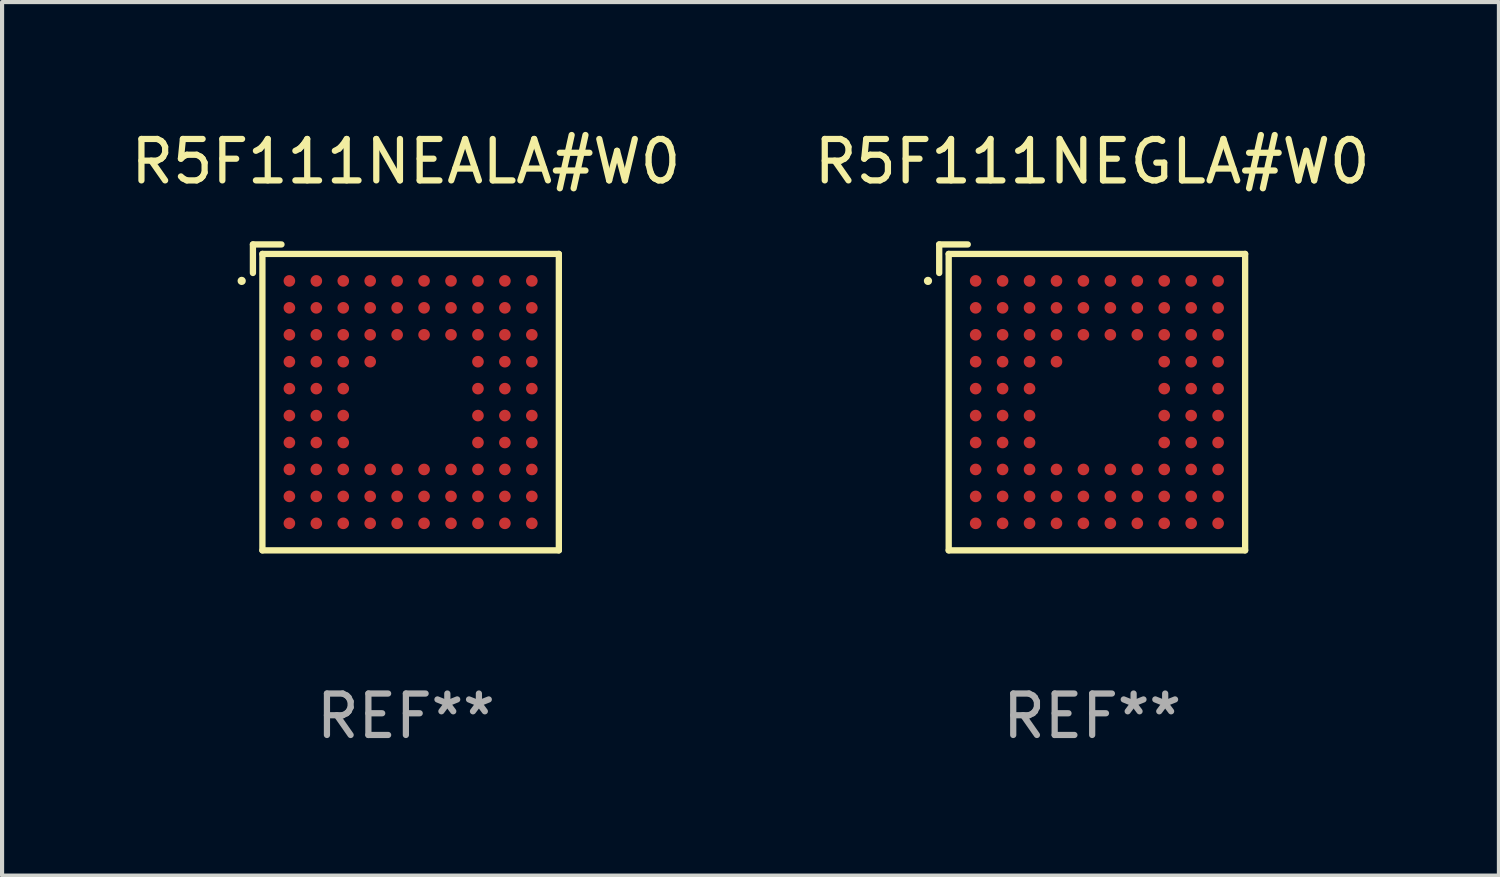
<source format=kicad_pcb>
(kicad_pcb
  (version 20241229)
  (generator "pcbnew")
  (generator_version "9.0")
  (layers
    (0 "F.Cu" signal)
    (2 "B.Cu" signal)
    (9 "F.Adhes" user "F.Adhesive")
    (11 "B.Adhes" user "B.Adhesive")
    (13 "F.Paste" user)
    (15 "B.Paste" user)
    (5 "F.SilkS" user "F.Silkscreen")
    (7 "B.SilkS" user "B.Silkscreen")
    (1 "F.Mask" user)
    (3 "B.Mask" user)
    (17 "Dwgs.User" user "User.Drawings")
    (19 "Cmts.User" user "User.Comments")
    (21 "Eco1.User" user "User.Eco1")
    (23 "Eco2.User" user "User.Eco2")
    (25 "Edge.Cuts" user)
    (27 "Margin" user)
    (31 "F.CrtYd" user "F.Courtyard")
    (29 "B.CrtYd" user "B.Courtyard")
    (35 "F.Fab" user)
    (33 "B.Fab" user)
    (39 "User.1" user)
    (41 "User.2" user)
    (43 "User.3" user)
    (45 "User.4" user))
  (footprint "R5F111NEGLA#W0"
    (layer "F.Cu")
    (at 23.304 6.539)
    (property "Reference" "R5F111NEGLA#W0" (at 0 -5.691 0) (layer "F.SilkS") (effects (font (size 1 1) (thickness 0.15))))
    (attr through_hole)
    (fp_line (start -3.691 -3.691) (end -3.002 -3.691) (stroke (width 0.152) (type solid)) (layer "F.SilkS"))
    (fp_line (start -3.691 -3.002) (end -3.691 -3.691) (stroke (width 0.152) (type solid)) (layer "F.SilkS"))
    (fp_line (start -3.462 -3.462) (end 3.691 -3.462) (stroke (width 0.152) (type solid)) (layer "F.SilkS"))
    (fp_line (start -3.462 3.691) (end -3.462 -3.462) (stroke (width 0.152) (type solid)) (layer "F.SilkS"))
    (fp_line (start 3.691 -3.462) (end 3.691 3.691) (stroke (width 0.152) (type solid)) (layer "F.SilkS"))
    (fp_line (start 3.691 3.691) (end -3.462 3.691) (stroke (width 0.152) (type solid)) (layer "F.SilkS"))
    (fp_circle (center -3.962 -2.811) (end -3.912 -2.811) (stroke (width 0.1) (type solid)) (fill no) (layer "F.SilkS"))
    (fp_text user "REF**" (at 0 7.691 0) (layer "F.Fab") (effects (font (size 1 1) (thickness 0.15))))
    (pad "A1" smd circle (at -2.811 -2.811) (size 0.28 0.28) (layers "F.Cu" "F.Mask" "F.Paste"))
    (pad "A2" smd circle (at -2.161 -2.811) (size 0.28 0.28) (layers "F.Cu" "F.Mask" "F.Paste"))
    (pad "A3" smd circle (at -1.511 -2.811) (size 0.28 0.28) (layers "F.Cu" "F.Mask" "F.Paste"))
    (pad "A4" smd circle (at -0.861 -2.811) (size 0.28 0.28) (layers "F.Cu" "F.Mask" "F.Paste"))
    (pad "A5" smd circle (at -0.211 -2.811) (size 0.28 0.28) (layers "F.Cu" "F.Mask" "F.Paste"))
    (pad "A6" smd circle (at 0.439 -2.811) (size 0.28 0.28) (layers "F.Cu" "F.Mask" "F.Paste"))
    (pad "A7" smd circle (at 1.089 -2.811) (size 0.28 0.28) (layers "F.Cu" "F.Mask" "F.Paste"))
    (pad "A8" smd circle (at 1.739 -2.811) (size 0.28 0.28) (layers "F.Cu" "F.Mask" "F.Paste"))
    (pad "A9" smd circle (at 2.389 -2.811) (size 0.28 0.28) (layers "F.Cu" "F.Mask" "F.Paste"))
    (pad "A10" smd circle (at 3.039 -2.811) (size 0.28 0.28) (layers "F.Cu" "F.Mask" "F.Paste"))
    (pad "B1" smd circle (at -2.811 -2.161) (size 0.28 0.28) (layers "F.Cu" "F.Mask" "F.Paste"))
    (pad "B2" smd circle (at -2.161 -2.161) (size 0.28 0.28) (layers "F.Cu" "F.Mask" "F.Paste"))
    (pad "B3" smd circle (at -1.511 -2.161) (size 0.28 0.28) (layers "F.Cu" "F.Mask" "F.Paste"))
    (pad "B4" smd circle (at -0.861 -2.161) (size 0.28 0.28) (layers "F.Cu" "F.Mask" "F.Paste"))
    (pad "B5" smd circle (at -0.211 -2.161) (size 0.28 0.28) (layers "F.Cu" "F.Mask" "F.Paste"))
    (pad "B6" smd circle (at 0.439 -2.161) (size 0.28 0.28) (layers "F.Cu" "F.Mask" "F.Paste"))
    (pad "B7" smd circle (at 1.089 -2.161) (size 0.28 0.28) (layers "F.Cu" "F.Mask" "F.Paste"))
    (pad "B8" smd circle (at 1.739 -2.161) (size 0.28 0.28) (layers "F.Cu" "F.Mask" "F.Paste"))
    (pad "B9" smd circle (at 2.389 -2.161) (size 0.28 0.28) (layers "F.Cu" "F.Mask" "F.Paste"))
    (pad "B10" smd circle (at 3.039 -2.161) (size 0.28 0.28) (layers "F.Cu" "F.Mask" "F.Paste"))
    (pad "C1" smd circle (at -2.811 -1.511) (size 0.28 0.28) (layers "F.Cu" "F.Mask" "F.Paste"))
    (pad "C2" smd circle (at -2.161 -1.511) (size 0.28 0.28) (layers "F.Cu" "F.Mask" "F.Paste"))
    (pad "C3" smd circle (at -1.511 -1.511) (size 0.28 0.28) (layers "F.Cu" "F.Mask" "F.Paste"))
    (pad "C4" smd circle (at -0.861 -1.511) (size 0.28 0.28) (layers "F.Cu" "F.Mask" "F.Paste"))
    (pad "C5" smd circle (at -0.211 -1.511) (size 0.28 0.28) (layers "F.Cu" "F.Mask" "F.Paste"))
    (pad "C6" smd circle (at 0.439 -1.511) (size 0.28 0.28) (layers "F.Cu" "F.Mask" "F.Paste"))
    (pad "C7" smd circle (at 1.089 -1.511) (size 0.28 0.28) (layers "F.Cu" "F.Mask" "F.Paste"))
    (pad "C8" smd circle (at 1.739 -1.511) (size 0.28 0.28) (layers "F.Cu" "F.Mask" "F.Paste"))
    (pad "C9" smd circle (at 2.389 -1.511) (size 0.28 0.28) (layers "F.Cu" "F.Mask" "F.Paste"))
    (pad "C10" smd circle (at 3.039 -1.511) (size 0.28 0.28) (layers "F.Cu" "F.Mask" "F.Paste"))
    (pad "D1" smd circle (at -2.811 -0.861) (size 0.28 0.28) (layers "F.Cu" "F.Mask" "F.Paste"))
    (pad "D2" smd circle (at -2.161 -0.861) (size 0.28 0.28) (layers "F.Cu" "F.Mask" "F.Paste"))
    (pad "D3" smd circle (at -1.511 -0.861) (size 0.28 0.28) (layers "F.Cu" "F.Mask" "F.Paste"))
    (pad "D4" smd circle (at -0.861 -0.861) (size 0.28 0.28) (layers "F.Cu" "F.Mask" "F.Paste"))
    (pad "D8" smd circle (at 1.739 -0.861) (size 0.28 0.28) (layers "F.Cu" "F.Mask" "F.Paste"))
    (pad "D9" smd circle (at 2.389 -0.861) (size 0.28 0.28) (layers "F.Cu" "F.Mask" "F.Paste"))
    (pad "D10" smd circle (at 3.039 -0.861) (size 0.28 0.28) (layers "F.Cu" "F.Mask" "F.Paste"))
    (pad "E1" smd circle (at -2.811 -0.211) (size 0.28 0.28) (layers "F.Cu" "F.Mask" "F.Paste"))
    (pad "E2" smd circle (at -2.161 -0.211) (size 0.28 0.28) (layers "F.Cu" "F.Mask" "F.Paste"))
    (pad "E3" smd circle (at -1.511 -0.211) (size 0.28 0.28) (layers "F.Cu" "F.Mask" "F.Paste"))
    (pad "E8" smd circle (at 1.739 -0.211) (size 0.28 0.28) (layers "F.Cu" "F.Mask" "F.Paste"))
    (pad "E9" smd circle (at 2.389 -0.211) (size 0.28 0.28) (layers "F.Cu" "F.Mask" "F.Paste"))
    (pad "E10" smd circle (at 3.039 -0.211) (size 0.28 0.28) (layers "F.Cu" "F.Mask" "F.Paste"))
    (pad "F1" smd circle (at -2.811 0.439) (size 0.28 0.28) (layers "F.Cu" "F.Mask" "F.Paste"))
    (pad "F2" smd circle (at -2.161 0.439) (size 0.28 0.28) (layers "F.Cu" "F.Mask" "F.Paste"))
    (pad "F3" smd circle (at -1.511 0.439) (size 0.28 0.28) (layers "F.Cu" "F.Mask" "F.Paste"))
    (pad "F8" smd circle (at 1.739 0.439) (size 0.28 0.28) (layers "F.Cu" "F.Mask" "F.Paste"))
    (pad "F9" smd circle (at 2.389 0.439) (size 0.28 0.28) (layers "F.Cu" "F.Mask" "F.Paste"))
    (pad "F10" smd circle (at 3.039 0.439) (size 0.28 0.28) (layers "F.Cu" "F.Mask" "F.Paste"))
    (pad "G1" smd circle (at -2.811 1.089) (size 0.28 0.28) (layers "F.Cu" "F.Mask" "F.Paste"))
    (pad "G2" smd circle (at -2.161 1.089) (size 0.28 0.28) (layers "F.Cu" "F.Mask" "F.Paste"))
    (pad "G3" smd circle (at -1.511 1.089) (size 0.28 0.28) (layers "F.Cu" "F.Mask" "F.Paste"))
    (pad "G8" smd circle (at 1.739 1.089) (size 0.28 0.28) (layers "F.Cu" "F.Mask" "F.Paste"))
    (pad "G9" smd circle (at 2.389 1.089) (size 0.28 0.28) (layers "F.Cu" "F.Mask" "F.Paste"))
    (pad "G10" smd circle (at 3.039 1.089) (size 0.28 0.28) (layers "F.Cu" "F.Mask" "F.Paste"))
    (pad "H1" smd circle (at -2.811 1.739) (size 0.28 0.28) (layers "F.Cu" "F.Mask" "F.Paste"))
    (pad "H2" smd circle (at -2.161 1.739) (size 0.28 0.28) (layers "F.Cu" "F.Mask" "F.Paste"))
    (pad "H3" smd circle (at -1.511 1.739) (size 0.28 0.28) (layers "F.Cu" "F.Mask" "F.Paste"))
    (pad "H4" smd circle (at -0.861 1.739) (size 0.28 0.28) (layers "F.Cu" "F.Mask" "F.Paste"))
    (pad "H5" smd circle (at -0.211 1.739) (size 0.28 0.28) (layers "F.Cu" "F.Mask" "F.Paste"))
    (pad "H6" smd circle (at 0.439 1.739) (size 0.28 0.28) (layers "F.Cu" "F.Mask" "F.Paste"))
    (pad "H7" smd circle (at 1.089 1.739) (size 0.28 0.28) (layers "F.Cu" "F.Mask" "F.Paste"))
    (pad "H8" smd circle (at 1.739 1.739) (size 0.28 0.28) (layers "F.Cu" "F.Mask" "F.Paste"))
    (pad "H9" smd circle (at 2.389 1.739) (size 0.28 0.28) (layers "F.Cu" "F.Mask" "F.Paste"))
    (pad "H10" smd circle (at 3.039 1.739) (size 0.28 0.28) (layers "F.Cu" "F.Mask" "F.Paste"))
    (pad "J1" smd circle (at -2.811 2.389) (size 0.28 0.28) (layers "F.Cu" "F.Mask" "F.Paste"))
    (pad "J2" smd circle (at -2.161 2.389) (size 0.28 0.28) (layers "F.Cu" "F.Mask" "F.Paste"))
    (pad "J3" smd circle (at -1.511 2.389) (size 0.28 0.28) (layers "F.Cu" "F.Mask" "F.Paste"))
    (pad "J4" smd circle (at -0.861 2.389) (size 0.28 0.28) (layers "F.Cu" "F.Mask" "F.Paste"))
    (pad "J5" smd circle (at -0.211 2.389) (size 0.28 0.28) (layers "F.Cu" "F.Mask" "F.Paste"))
    (pad "J6" smd circle (at 0.439 2.389) (size 0.28 0.28) (layers "F.Cu" "F.Mask" "F.Paste"))
    (pad "J7" smd circle (at 1.089 2.389) (size 0.28 0.28) (layers "F.Cu" "F.Mask" "F.Paste"))
    (pad "J8" smd circle (at 1.739 2.389) (size 0.28 0.28) (layers "F.Cu" "F.Mask" "F.Paste"))
    (pad "J9" smd circle (at 2.389 2.389) (size 0.28 0.28) (layers "F.Cu" "F.Mask" "F.Paste"))
    (pad "J10" smd circle (at 3.039 2.389) (size 0.28 0.28) (layers "F.Cu" "F.Mask" "F.Paste"))
    (pad "K1" smd circle (at -2.811 3.039) (size 0.28 0.28) (layers "F.Cu" "F.Mask" "F.Paste"))
    (pad "K2" smd circle (at -2.161 3.039) (size 0.28 0.28) (layers "F.Cu" "F.Mask" "F.Paste"))
    (pad "K3" smd circle (at -1.511 3.039) (size 0.28 0.28) (layers "F.Cu" "F.Mask" "F.Paste"))
    (pad "K4" smd circle (at -0.861 3.039) (size 0.28 0.28) (layers "F.Cu" "F.Mask" "F.Paste"))
    (pad "K5" smd circle (at -0.211 3.039) (size 0.28 0.28) (layers "F.Cu" "F.Mask" "F.Paste"))
    (pad "K6" smd circle (at 0.439 3.039) (size 0.28 0.28) (layers "F.Cu" "F.Mask" "F.Paste"))
    (pad "K7" smd circle (at 1.089 3.039) (size 0.28 0.28) (layers "F.Cu" "F.Mask" "F.Paste"))
    (pad "K8" smd circle (at 1.739 3.039) (size 0.28 0.28) (layers "F.Cu" "F.Mask" "F.Paste"))
    (pad "K9" smd circle (at 2.389 3.039) (size 0.28 0.28) (layers "F.Cu" "F.Mask" "F.Paste"))
    (pad "K10" smd circle (at 3.039 3.039) (size 0.28 0.28) (layers "F.Cu" "F.Mask" "F.Paste")))
  (footprint "R5F111NEALA#W0"
    (layer "F.Cu")
    (at 6.744 6.539)
    (property "Reference" "R5F111NEALA#W0" (at 0 -5.691 0) (layer "F.SilkS") (effects (font (size 1 1) (thickness 0.15))))
    (attr through_hole)
    (fp_line (start -3.691 -3.691) (end -3.002 -3.691) (stroke (width 0.152) (type solid)) (layer "F.SilkS"))
    (fp_line (start -3.691 -3.002) (end -3.691 -3.691) (stroke (width 0.152) (type solid)) (layer "F.SilkS"))
    (fp_line (start -3.462 -3.462) (end 3.691 -3.462) (stroke (width 0.152) (type solid)) (layer "F.SilkS"))
    (fp_line (start -3.462 3.691) (end -3.462 -3.462) (stroke (width 0.152) (type solid)) (layer "F.SilkS"))
    (fp_line (start 3.691 -3.462) (end 3.691 3.691) (stroke (width 0.152) (type solid)) (layer "F.SilkS"))
    (fp_line (start 3.691 3.691) (end -3.462 3.691) (stroke (width 0.152) (type solid)) (layer "F.SilkS"))
    (fp_circle (center -3.962 -2.811) (end -3.912 -2.811) (stroke (width 0.1) (type solid)) (fill no) (layer "F.SilkS"))
    (fp_text user "REF**" (at 0 7.691 0) (layer "F.Fab") (effects (font (size 1 1) (thickness 0.15))))
    (pad "A1" smd circle (at -2.811 -2.811) (size 0.28 0.28) (layers "F.Cu" "F.Mask" "F.Paste"))
    (pad "A2" smd circle (at -2.161 -2.811) (size 0.28 0.28) (layers "F.Cu" "F.Mask" "F.Paste"))
    (pad "A3" smd circle (at -1.511 -2.811) (size 0.28 0.28) (layers "F.Cu" "F.Mask" "F.Paste"))
    (pad "A4" smd circle (at -0.861 -2.811) (size 0.28 0.28) (layers "F.Cu" "F.Mask" "F.Paste"))
    (pad "A5" smd circle (at -0.211 -2.811) (size 0.28 0.28) (layers "F.Cu" "F.Mask" "F.Paste"))
    (pad "A6" smd circle (at 0.439 -2.811) (size 0.28 0.28) (layers "F.Cu" "F.Mask" "F.Paste"))
    (pad "A7" smd circle (at 1.089 -2.811) (size 0.28 0.28) (layers "F.Cu" "F.Mask" "F.Paste"))
    (pad "A8" smd circle (at 1.739 -2.811) (size 0.28 0.28) (layers "F.Cu" "F.Mask" "F.Paste"))
    (pad "A9" smd circle (at 2.389 -2.811) (size 0.28 0.28) (layers "F.Cu" "F.Mask" "F.Paste"))
    (pad "A10" smd circle (at 3.039 -2.811) (size 0.28 0.28) (layers "F.Cu" "F.Mask" "F.Paste"))
    (pad "B1" smd circle (at -2.811 -2.161) (size 0.28 0.28) (layers "F.Cu" "F.Mask" "F.Paste"))
    (pad "B2" smd circle (at -2.161 -2.161) (size 0.28 0.28) (layers "F.Cu" "F.Mask" "F.Paste"))
    (pad "B3" smd circle (at -1.511 -2.161) (size 0.28 0.28) (layers "F.Cu" "F.Mask" "F.Paste"))
    (pad "B4" smd circle (at -0.861 -2.161) (size 0.28 0.28) (layers "F.Cu" "F.Mask" "F.Paste"))
    (pad "B5" smd circle (at -0.211 -2.161) (size 0.28 0.28) (layers "F.Cu" "F.Mask" "F.Paste"))
    (pad "B6" smd circle (at 0.439 -2.161) (size 0.28 0.28) (layers "F.Cu" "F.Mask" "F.Paste"))
    (pad "B7" smd circle (at 1.089 -2.161) (size 0.28 0.28) (layers "F.Cu" "F.Mask" "F.Paste"))
    (pad "B8" smd circle (at 1.739 -2.161) (size 0.28 0.28) (layers "F.Cu" "F.Mask" "F.Paste"))
    (pad "B9" smd circle (at 2.389 -2.161) (size 0.28 0.28) (layers "F.Cu" "F.Mask" "F.Paste"))
    (pad "B10" smd circle (at 3.039 -2.161) (size 0.28 0.28) (layers "F.Cu" "F.Mask" "F.Paste"))
    (pad "C1" smd circle (at -2.811 -1.511) (size 0.28 0.28) (layers "F.Cu" "F.Mask" "F.Paste"))
    (pad "C2" smd circle (at -2.161 -1.511) (size 0.28 0.28) (layers "F.Cu" "F.Mask" "F.Paste"))
    (pad "C3" smd circle (at -1.511 -1.511) (size 0.28 0.28) (layers "F.Cu" "F.Mask" "F.Paste"))
    (pad "C4" smd circle (at -0.861 -1.511) (size 0.28 0.28) (layers "F.Cu" "F.Mask" "F.Paste"))
    (pad "C5" smd circle (at -0.211 -1.511) (size 0.28 0.28) (layers "F.Cu" "F.Mask" "F.Paste"))
    (pad "C6" smd circle (at 0.439 -1.511) (size 0.28 0.28) (layers "F.Cu" "F.Mask" "F.Paste"))
    (pad "C7" smd circle (at 1.089 -1.511) (size 0.28 0.28) (layers "F.Cu" "F.Mask" "F.Paste"))
    (pad "C8" smd circle (at 1.739 -1.511) (size 0.28 0.28) (layers "F.Cu" "F.Mask" "F.Paste"))
    (pad "C9" smd circle (at 2.389 -1.511) (size 0.28 0.28) (layers "F.Cu" "F.Mask" "F.Paste"))
    (pad "C10" smd circle (at 3.039 -1.511) (size 0.28 0.28) (layers "F.Cu" "F.Mask" "F.Paste"))
    (pad "D1" smd circle (at -2.811 -0.861) (size 0.28 0.28) (layers "F.Cu" "F.Mask" "F.Paste"))
    (pad "D2" smd circle (at -2.161 -0.861) (size 0.28 0.28) (layers "F.Cu" "F.Mask" "F.Paste"))
    (pad "D3" smd circle (at -1.511 -0.861) (size 0.28 0.28) (layers "F.Cu" "F.Mask" "F.Paste"))
    (pad "D4" smd circle (at -0.861 -0.861) (size 0.28 0.28) (layers "F.Cu" "F.Mask" "F.Paste"))
    (pad "D8" smd circle (at 1.739 -0.861) (size 0.28 0.28) (layers "F.Cu" "F.Mask" "F.Paste"))
    (pad "D9" smd circle (at 2.389 -0.861) (size 0.28 0.28) (layers "F.Cu" "F.Mask" "F.Paste"))
    (pad "D10" smd circle (at 3.039 -0.861) (size 0.28 0.28) (layers "F.Cu" "F.Mask" "F.Paste"))
    (pad "E1" smd circle (at -2.811 -0.211) (size 0.28 0.28) (layers "F.Cu" "F.Mask" "F.Paste"))
    (pad "E2" smd circle (at -2.161 -0.211) (size 0.28 0.28) (layers "F.Cu" "F.Mask" "F.Paste"))
    (pad "E3" smd circle (at -1.511 -0.211) (size 0.28 0.28) (layers "F.Cu" "F.Mask" "F.Paste"))
    (pad "E8" smd circle (at 1.739 -0.211) (size 0.28 0.28) (layers "F.Cu" "F.Mask" "F.Paste"))
    (pad "E9" smd circle (at 2.389 -0.211) (size 0.28 0.28) (layers "F.Cu" "F.Mask" "F.Paste"))
    (pad "E10" smd circle (at 3.039 -0.211) (size 0.28 0.28) (layers "F.Cu" "F.Mask" "F.Paste"))
    (pad "F1" smd circle (at -2.811 0.439) (size 0.28 0.28) (layers "F.Cu" "F.Mask" "F.Paste"))
    (pad "F2" smd circle (at -2.161 0.439) (size 0.28 0.28) (layers "F.Cu" "F.Mask" "F.Paste"))
    (pad "F3" smd circle (at -1.511 0.439) (size 0.28 0.28) (layers "F.Cu" "F.Mask" "F.Paste"))
    (pad "F8" smd circle (at 1.739 0.439) (size 0.28 0.28) (layers "F.Cu" "F.Mask" "F.Paste"))
    (pad "F9" smd circle (at 2.389 0.439) (size 0.28 0.28) (layers "F.Cu" "F.Mask" "F.Paste"))
    (pad "F10" smd circle (at 3.039 0.439) (size 0.28 0.28) (layers "F.Cu" "F.Mask" "F.Paste"))
    (pad "G1" smd circle (at -2.811 1.089) (size 0.28 0.28) (layers "F.Cu" "F.Mask" "F.Paste"))
    (pad "G2" smd circle (at -2.161 1.089) (size 0.28 0.28) (layers "F.Cu" "F.Mask" "F.Paste"))
    (pad "G3" smd circle (at -1.511 1.089) (size 0.28 0.28) (layers "F.Cu" "F.Mask" "F.Paste"))
    (pad "G8" smd circle (at 1.739 1.089) (size 0.28 0.28) (layers "F.Cu" "F.Mask" "F.Paste"))
    (pad "G9" smd circle (at 2.389 1.089) (size 0.28 0.28) (layers "F.Cu" "F.Mask" "F.Paste"))
    (pad "G10" smd circle (at 3.039 1.089) (size 0.28 0.28) (layers "F.Cu" "F.Mask" "F.Paste"))
    (pad "H1" smd circle (at -2.811 1.739) (size 0.28 0.28) (layers "F.Cu" "F.Mask" "F.Paste"))
    (pad "H2" smd circle (at -2.161 1.739) (size 0.28 0.28) (layers "F.Cu" "F.Mask" "F.Paste"))
    (pad "H3" smd circle (at -1.511 1.739) (size 0.28 0.28) (layers "F.Cu" "F.Mask" "F.Paste"))
    (pad "H4" smd circle (at -0.861 1.739) (size 0.28 0.28) (layers "F.Cu" "F.Mask" "F.Paste"))
    (pad "H5" smd circle (at -0.211 1.739) (size 0.28 0.28) (layers "F.Cu" "F.Mask" "F.Paste"))
    (pad "H6" smd circle (at 0.439 1.739) (size 0.28 0.28) (layers "F.Cu" "F.Mask" "F.Paste"))
    (pad "H7" smd circle (at 1.089 1.739) (size 0.28 0.28) (layers "F.Cu" "F.Mask" "F.Paste"))
    (pad "H8" smd circle (at 1.739 1.739) (size 0.28 0.28) (layers "F.Cu" "F.Mask" "F.Paste"))
    (pad "H9" smd circle (at 2.389 1.739) (size 0.28 0.28) (layers "F.Cu" "F.Mask" "F.Paste"))
    (pad "H10" smd circle (at 3.039 1.739) (size 0.28 0.28) (layers "F.Cu" "F.Mask" "F.Paste"))
    (pad "J1" smd circle (at -2.811 2.389) (size 0.28 0.28) (layers "F.Cu" "F.Mask" "F.Paste"))
    (pad "J2" smd circle (at -2.161 2.389) (size 0.28 0.28) (layers "F.Cu" "F.Mask" "F.Paste"))
    (pad "J3" smd circle (at -1.511 2.389) (size 0.28 0.28) (layers "F.Cu" "F.Mask" "F.Paste"))
    (pad "J4" smd circle (at -0.861 2.389) (size 0.28 0.28) (layers "F.Cu" "F.Mask" "F.Paste"))
    (pad "J5" smd circle (at -0.211 2.389) (size 0.28 0.28) (layers "F.Cu" "F.Mask" "F.Paste"))
    (pad "J6" smd circle (at 0.439 2.389) (size 0.28 0.28) (layers "F.Cu" "F.Mask" "F.Paste"))
    (pad "J7" smd circle (at 1.089 2.389) (size 0.28 0.28) (layers "F.Cu" "F.Mask" "F.Paste"))
    (pad "J8" smd circle (at 1.739 2.389) (size 0.28 0.28) (layers "F.Cu" "F.Mask" "F.Paste"))
    (pad "J9" smd circle (at 2.389 2.389) (size 0.28 0.28) (layers "F.Cu" "F.Mask" "F.Paste"))
    (pad "J10" smd circle (at 3.039 2.389) (size 0.28 0.28) (layers "F.Cu" "F.Mask" "F.Paste"))
    (pad "K1" smd circle (at -2.811 3.039) (size 0.28 0.28) (layers "F.Cu" "F.Mask" "F.Paste"))
    (pad "K2" smd circle (at -2.161 3.039) (size 0.28 0.28) (layers "F.Cu" "F.Mask" "F.Paste"))
    (pad "K3" smd circle (at -1.511 3.039) (size 0.28 0.28) (layers "F.Cu" "F.Mask" "F.Paste"))
    (pad "K4" smd circle (at -0.861 3.039) (size 0.28 0.28) (layers "F.Cu" "F.Mask" "F.Paste"))
    (pad "K5" smd circle (at -0.211 3.039) (size 0.28 0.28) (layers "F.Cu" "F.Mask" "F.Paste"))
    (pad "K6" smd circle (at 0.439 3.039) (size 0.28 0.28) (layers "F.Cu" "F.Mask" "F.Paste"))
    (pad "K7" smd circle (at 1.089 3.039) (size 0.28 0.28) (layers "F.Cu" "F.Mask" "F.Paste"))
    (pad "K8" smd circle (at 1.739 3.039) (size 0.28 0.28) (layers "F.Cu" "F.Mask" "F.Paste"))
    (pad "K9" smd circle (at 2.389 3.039) (size 0.28 0.28) (layers "F.Cu" "F.Mask" "F.Paste"))
    (pad "K10" smd circle (at 3.039 3.039) (size 0.28 0.28) (layers "F.Cu" "F.Mask" "F.Paste")))
  (gr_rect
    (start -3 -3)
    (end 33.119 18.078)
    (stroke (width 0.1) (type default))
    (fill no)
    (layer "Edge.Cuts")))
</source>
